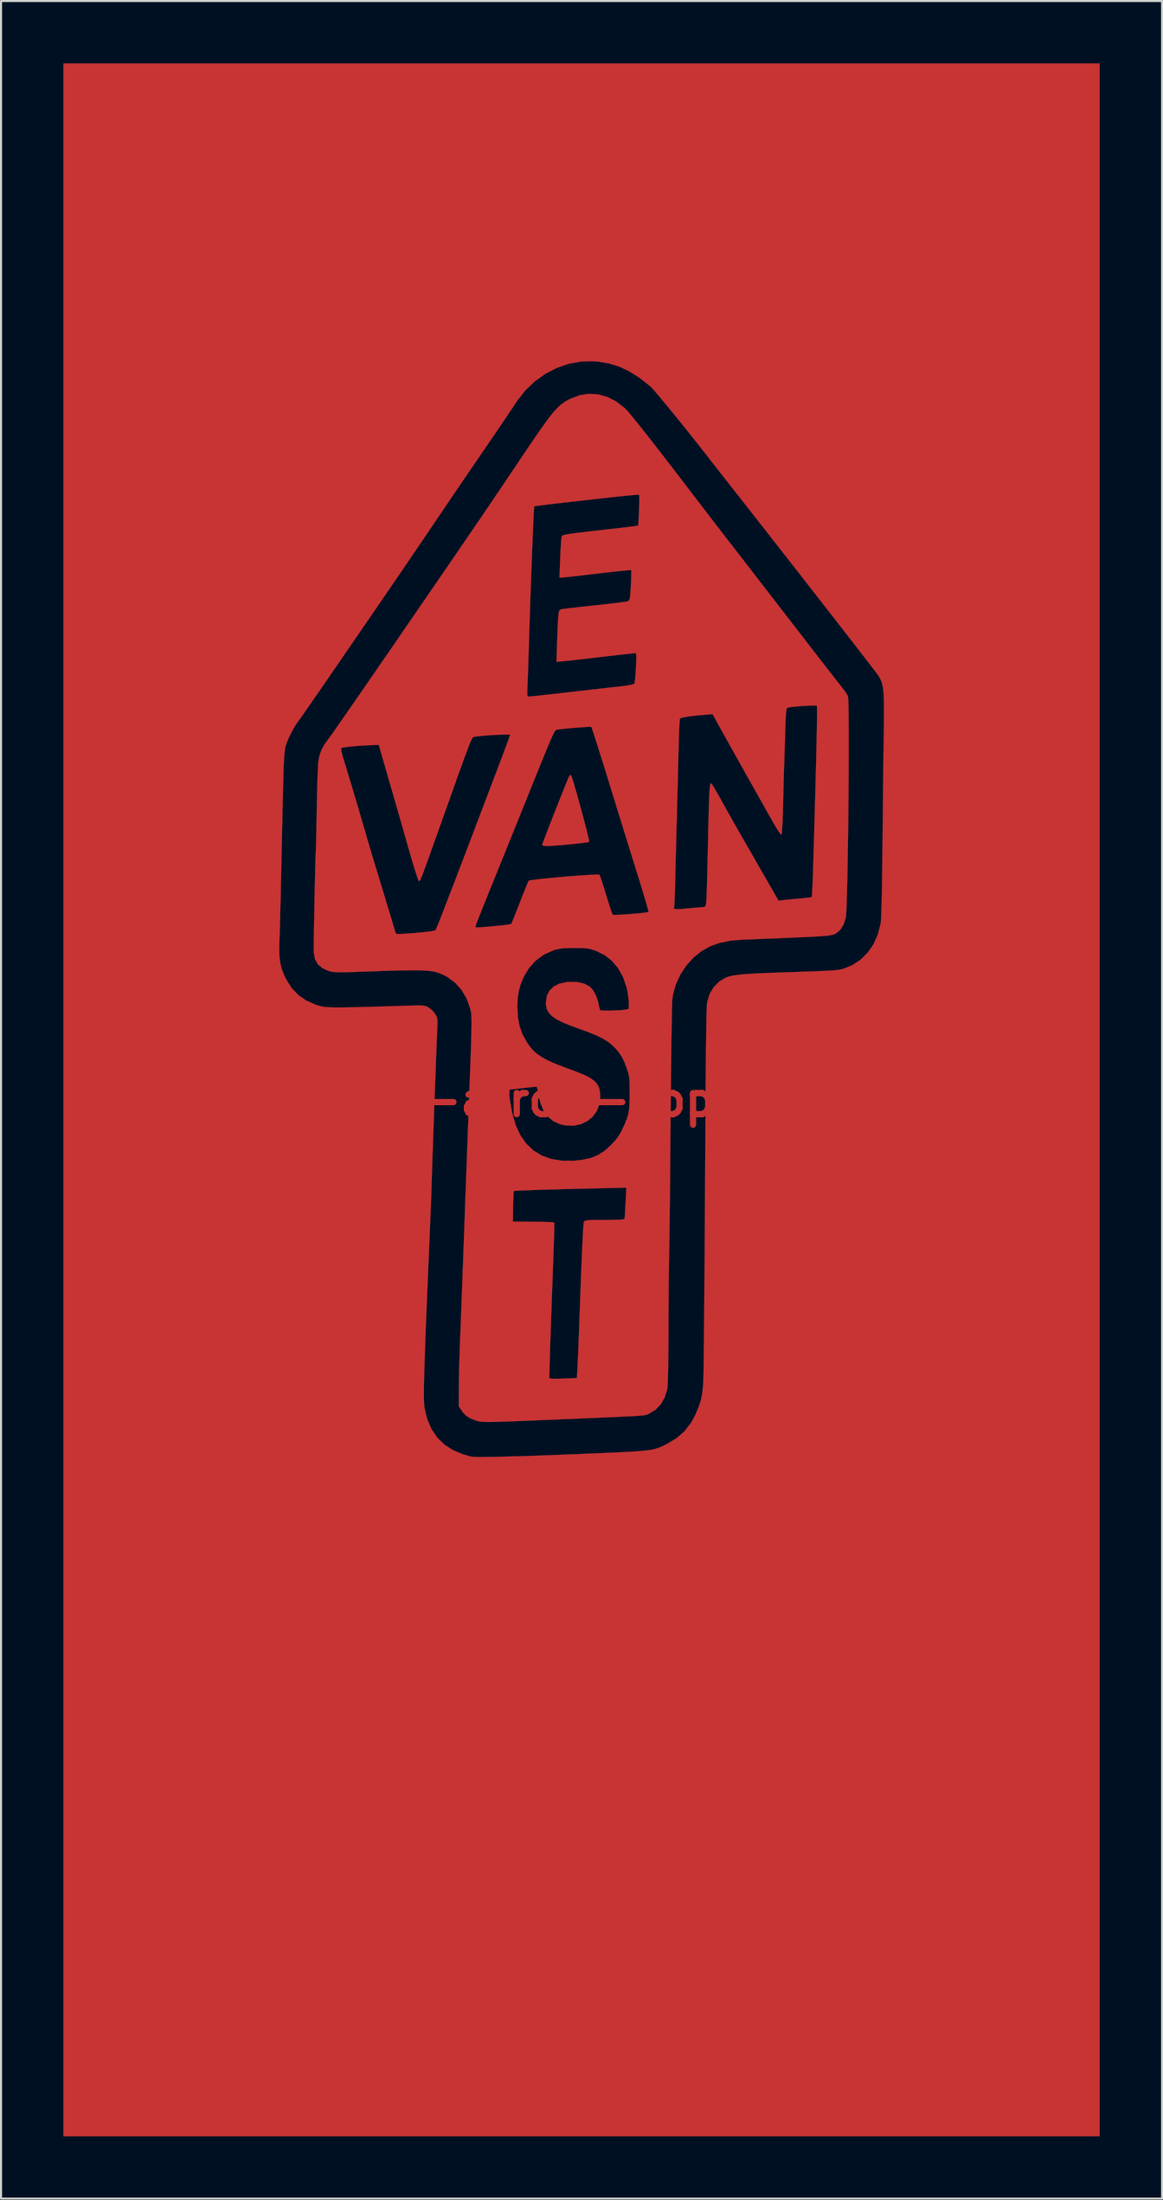
<source format=kicad_pcb>
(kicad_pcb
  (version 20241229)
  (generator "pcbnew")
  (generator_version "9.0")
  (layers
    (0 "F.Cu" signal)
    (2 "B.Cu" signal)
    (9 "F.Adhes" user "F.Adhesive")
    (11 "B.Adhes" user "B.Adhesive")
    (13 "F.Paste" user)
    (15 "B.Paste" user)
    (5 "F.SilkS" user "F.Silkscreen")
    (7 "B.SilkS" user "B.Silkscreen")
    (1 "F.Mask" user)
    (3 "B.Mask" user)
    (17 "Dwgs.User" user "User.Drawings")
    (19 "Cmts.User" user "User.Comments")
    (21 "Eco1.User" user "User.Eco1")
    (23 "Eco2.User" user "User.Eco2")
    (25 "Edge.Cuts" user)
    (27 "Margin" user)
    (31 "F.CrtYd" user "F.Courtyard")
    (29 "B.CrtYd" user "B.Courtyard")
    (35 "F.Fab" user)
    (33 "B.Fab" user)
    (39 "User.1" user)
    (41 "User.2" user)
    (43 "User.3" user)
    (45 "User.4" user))
  (footprint "east-van-arrow-copper-invert"
    (layer "F.Cu")
    (at 24.956 49.907)
    (property "Reference" "east-van-arrow-copper-invert" (at 0 0 0) (layer "F.Cu") (effects (font (size 1.524 1.524) (thickness 0.3))))
    (attr through_hole)
    (fp_poly (pts (xy -0.5 -15.615) (xy -0.468 -15.532) (xy -0.416 -15.371) (xy -0.349 -15.147) (xy -0.269 -14.872) (xy -0.182 -14.562) (xy -0.089 -14.23) (xy 0.003 -13.89) (xy 0.093 -13.555) (xy 0.177 -13.239) (xy 0.249 -12.956) (xy 0.308 -12.72) (xy 0.348 -12.545) (xy 0.367 -12.444) (xy 0.366 -12.425) (xy 0.305 -12.408) (xy 0.162 -12.385) (xy -0.043 -12.359) (xy -0.293 -12.331) (xy -0.569 -12.303) (xy -0.852 -12.277) (xy -1.125 -12.254) (xy -1.369 -12.237) (xy -1.566 -12.227) (xy -1.649 -12.226) (xy -1.8 -12.23) (xy -1.873 -12.249) (xy -1.888 -12.29) (xy -1.884 -12.313) (xy -1.856 -12.394) (xy -1.796 -12.554) (xy -1.71 -12.778) (xy -1.604 -13.054) (xy -1.483 -13.366) (xy -1.351 -13.701) (xy -1.216 -14.045) (xy -1.082 -14.384) (xy -0.955 -14.705) (xy -0.84 -14.992) (xy -0.743 -15.233) (xy -0.669 -15.413) (xy -0.624 -15.519) (xy -0.616 -15.534) (xy -0.557 -15.629) (xy -0.515 -15.637) (xy -0.5 -15.615)) (stroke (width 0.01) (type solid)) (fill yes) (layer "F.Cu"))
    (fp_poly (pts (xy 24.951 49.902) (xy -24.951 49.902) (xy -24.951 -7.241) (xy -14.56 -7.241) (xy -14.55 -6.9) (xy -14.516 -6.61) (xy -14.455 -6.348) (xy -14.362 -6.091) (xy -14.235 -5.817) (xy -13.971 -5.394) (xy -13.64 -5.044) (xy -13.243 -4.77) (xy -12.779 -4.569) (xy -12.575 -4.51) (xy -12.493 -4.492) (xy -12.4 -4.476) (xy -12.289 -4.464) (xy -12.151 -4.456) (xy -11.98 -4.45) (xy -11.768 -4.448) (xy -11.507 -4.449) (xy -11.191 -4.453) (xy -10.811 -4.461) (xy -10.36 -4.472) (xy -9.831 -4.487) (xy -9.216 -4.505) (xy -8.601 -4.524) (xy -8.251 -4.534) (xy -7.985 -4.541) (xy -7.79 -4.542) (xy -7.65 -4.536) (xy -7.551 -4.524) (xy -7.478 -4.504) (xy -7.416 -4.475) (xy -7.363 -4.443) (xy -7.215 -4.325) (xy -7.078 -4.174) (xy -7.052 -4.137) (xy -7 -4.054) (xy -6.966 -3.978) (xy -6.946 -3.888) (xy -6.94 -3.762) (xy -6.943 -3.58) (xy -6.955 -3.319) (xy -6.955 -3.308) (xy -6.964 -3.117) (xy -6.975 -2.847) (xy -6.988 -2.51) (xy -7.003 -2.114) (xy -7.02 -1.669) (xy -7.038 -1.185) (xy -7.057 -0.671) (xy -7.077 -0.139) (xy -7.096 0.404) (xy -7.116 0.946) (xy -7.135 1.479) (xy -7.153 1.991) (xy -7.17 2.475) (xy -7.185 2.919) (xy -7.198 3.314) (xy -7.209 3.65) (xy -7.217 3.918) (xy -7.223 4.107) (xy -7.225 4.208) (xy -7.225 4.217) (xy -7.227 4.288) (xy -7.232 4.447) (xy -7.241 4.683) (xy -7.253 4.983) (xy -7.268 5.336) (xy -7.284 5.731) (xy -7.302 6.155) (xy -7.303 6.188) (xy -7.349 7.264) (xy -7.39 8.245) (xy -7.427 9.135) (xy -7.46 9.94) (xy -7.489 10.664) (xy -7.514 11.311) (xy -7.535 11.887) (xy -7.553 12.395) (xy -7.568 12.84) (xy -7.579 13.228) (xy -7.587 13.563) (xy -7.592 13.848) (xy -7.594 14.09) (xy -7.594 14.293) (xy -7.591 14.46) (xy -7.585 14.598) (xy -7.578 14.711) (xy -7.568 14.802) (xy -7.561 14.846) (xy -7.431 15.383) (xy -7.226 15.857) (xy -6.948 16.266) (xy -6.599 16.606) (xy -6.182 16.875) (xy -5.739 17.057) (xy -5.553 17.115) (xy -5.388 17.161) (xy -5.29 17.185) (xy -5.189 17.194) (xy -4.998 17.198) (xy -4.726 17.198) (xy -4.381 17.194) (xy -3.974 17.187) (xy -3.512 17.176) (xy -3.006 17.163) (xy -2.465 17.146) (xy -1.897 17.126) (xy -1.313 17.104) (xy -0.998 17.092) (xy -0.236 17.061) (xy 0.433 17.033) (xy 1.017 17.009) (xy 1.522 16.986) (xy 1.955 16.966) (xy 2.323 16.946) (xy 2.633 16.927) (xy 2.893 16.906) (xy 3.109 16.885) (xy 3.287 16.861) (xy 3.436 16.835) (xy 3.562 16.805) (xy 3.672 16.771) (xy 3.773 16.732) (xy 3.872 16.688) (xy 3.976 16.637) (xy 4.092 16.579) (xy 4.133 16.559) (xy 4.585 16.288) (xy 4.962 15.955) (xy 5.272 15.551) (xy 5.455 15.22) (xy 5.624 14.837) (xy 5.741 14.491) (xy 5.815 14.143) (xy 5.855 13.752) (xy 5.863 13.615) (xy 5.868 13.458) (xy 5.874 13.21) (xy 5.879 12.87) (xy 5.885 12.437) (xy 5.891 11.911) (xy 5.897 11.292) (xy 5.904 10.578) (xy 5.911 9.77) (xy 5.918 8.866) (xy 5.925 7.866) (xy 5.932 6.769) (xy 5.94 5.575) (xy 5.948 4.283) (xy 5.956 2.893) (xy 5.964 1.404) (xy 5.967 0.873) (xy 5.972 -0.032) (xy 5.978 -0.866) (xy 5.985 -1.627) (xy 5.992 -2.312) (xy 5.999 -2.916) (xy 6.007 -3.438) (xy 6.015 -3.874) (xy 6.024 -4.222) (xy 6.033 -4.478) (xy 6.042 -4.639) (xy 6.048 -4.691) (xy 6.167 -5.09) (xy 6.363 -5.425) (xy 6.632 -5.694) (xy 6.91 -5.865) (xy 7.015 -5.91) (xy 7.137 -5.948) (xy 7.286 -5.981) (xy 7.472 -6.01) (xy 7.703 -6.035) (xy 7.99 -6.058) (xy 8.341 -6.079) (xy 8.765 -6.099) (xy 9.273 -6.119) (xy 9.756 -6.136) (xy 10.329 -6.156) (xy 10.812 -6.173) (xy 11.213 -6.188) (xy 11.542 -6.201) (xy 11.807 -6.213) (xy 12.017 -6.225) (xy 12.183 -6.238) (xy 12.312 -6.251) (xy 12.414 -6.265) (xy 12.498 -6.281) (xy 12.573 -6.3) (xy 12.625 -6.315) (xy 13.059 -6.494) (xy 13.447 -6.755) (xy 13.783 -7.089) (xy 14.057 -7.487) (xy 14.263 -7.938) (xy 14.393 -8.433) (xy 14.418 -8.599) (xy 14.427 -8.721) (xy 14.436 -8.934) (xy 14.446 -9.226) (xy 14.455 -9.588) (xy 14.465 -10.01) (xy 14.473 -10.482) (xy 14.481 -10.995) (xy 14.488 -11.538) (xy 14.494 -12.101) (xy 14.494 -12.151) (xy 14.5 -12.786) (xy 14.507 -13.457) (xy 14.514 -14.145) (xy 14.521 -14.834) (xy 14.529 -15.504) (xy 14.536 -16.137) (xy 14.543 -16.717) (xy 14.55 -17.223) (xy 14.553 -17.441) (xy 14.561 -18.013) (xy 14.566 -18.496) (xy 14.566 -18.898) (xy 14.561 -19.23) (xy 14.551 -19.501) (xy 14.534 -19.721) (xy 14.509 -19.899) (xy 14.475 -20.046) (xy 14.432 -20.171) (xy 14.379 -20.284) (xy 14.315 -20.395) (xy 14.283 -20.445) (xy 14.234 -20.512) (xy 14.128 -20.652) (xy 13.969 -20.86) (xy 13.761 -21.13) (xy 13.509 -21.457) (xy 13.217 -21.835) (xy 12.888 -22.258) (xy 12.528 -22.722) (xy 12.14 -23.221) (xy 11.728 -23.749) (xy 11.298 -24.301) (xy 10.854 -24.871) (xy 10.398 -25.454) (xy 9.937 -26.045) (xy 9.473 -26.638) (xy 9.012 -27.227) (xy 8.557 -27.808) (xy 8.113 -28.374) (xy 7.685 -28.92) (xy 7.397 -29.286) (xy 7.139 -29.615) (xy 6.89 -29.932) (xy 6.661 -30.224) (xy 6.459 -30.481) (xy 6.296 -30.69) (xy 6.179 -30.839) (xy 6.138 -30.893) (xy 5.86 -31.25) (xy 5.566 -31.624) (xy 5.261 -32.007) (xy 4.955 -32.39) (xy 4.653 -32.764) (xy 4.364 -33.12) (xy 4.095 -33.448) (xy 3.852 -33.74) (xy 3.644 -33.987) (xy 3.478 -34.179) (xy 3.361 -34.309) (xy 3.311 -34.357) (xy 2.802 -34.758) (xy 2.31 -35.071) (xy 1.822 -35.303) (xy 1.321 -35.459) (xy 0.794 -35.547) (xy 0.572 -35.565) (xy -0.032 -35.55) (xy -0.626 -35.441) (xy -1.2 -35.242) (xy -1.745 -34.96) (xy -2.249 -34.599) (xy -2.704 -34.165) (xy -3.1 -33.663) (xy -3.16 -33.572) (xy -3.253 -33.43) (xy -3.394 -33.218) (xy -3.575 -32.949) (xy -3.788 -32.634) (xy -4.023 -32.288) (xy -4.272 -31.921) (xy -4.525 -31.551) (xy -5.04 -30.798) (xy -5.511 -30.108) (xy -5.951 -29.463) (xy -6.372 -28.842) (xy -6.788 -28.229) (xy -7.212 -27.602) (xy -7.409 -27.309) (xy -7.61 -27.013) (xy -7.848 -26.662) (xy -8.119 -26.264) (xy -8.418 -25.824) (xy -8.741 -25.351) (xy -9.084 -24.849) (xy -9.442 -24.325) (xy -9.811 -23.787) (xy -10.186 -23.24) (xy -10.562 -22.691) (xy -10.936 -22.146) (xy -11.303 -21.612) (xy -11.658 -21.095) (xy -11.997 -20.602) (xy -12.316 -20.139) (xy -12.61 -19.713) (xy -12.874 -19.33) (xy -13.105 -18.997) (xy -13.297 -18.72) (xy -13.447 -18.505) (xy -13.549 -18.36) (xy -13.6 -18.29) (xy -13.602 -18.289) (xy -13.753 -18.076) (xy -13.913 -17.805) (xy -14.064 -17.512) (xy -14.185 -17.236) (xy -14.242 -17.071) (xy -14.262 -16.998) (xy -14.278 -16.915) (xy -14.294 -16.813) (xy -14.307 -16.685) (xy -14.32 -16.525) (xy -14.332 -16.324) (xy -14.343 -16.076) (xy -14.354 -15.774) (xy -14.365 -15.409) (xy -14.377 -14.976) (xy -14.389 -14.467) (xy -14.403 -13.874) (xy -14.418 -13.19) (xy -14.422 -12.999) (xy -14.439 -12.204) (xy -14.454 -11.501) (xy -14.468 -10.883) (xy -14.48 -10.341) (xy -14.49 -9.867) (xy -14.5 -9.455) (xy -14.509 -9.097) (xy -14.517 -8.784) (xy -14.524 -8.509) (xy -14.531 -8.265) (xy -14.538 -8.042) (xy -14.545 -7.835) (xy -14.552 -7.658) (xy -14.56 -7.241) (xy -24.951 -7.241) (xy -24.951 -49.902) (xy 24.951 -49.902) (xy 24.951 49.902)) (stroke (width 0.01) (type solid)) (fill yes) (layer "F.Cu"))
    (fp_poly (pts (xy 0.809 -33.965) (xy 1.246 -33.841) (xy 1.667 -33.624) (xy 2.066 -33.314) (xy 2.141 -33.243) (xy 2.23 -33.145) (xy 2.373 -32.976) (xy 2.564 -32.742) (xy 2.797 -32.453) (xy 3.066 -32.114) (xy 3.365 -31.735) (xy 3.687 -31.322) (xy 4.026 -30.884) (xy 4.377 -30.428) (xy 4.483 -30.29) (xy 4.833 -29.832) (xy 5.171 -29.391) (xy 5.491 -28.973) (xy 5.787 -28.587) (xy 6.053 -28.24) (xy 6.284 -27.939) (xy 6.473 -27.693) (xy 6.616 -27.508) (xy 6.705 -27.392) (xy 6.721 -27.371) (xy 6.787 -27.286) (xy 6.909 -27.129) (xy 7.082 -26.905) (xy 7.302 -26.622) (xy 7.562 -26.285) (xy 7.859 -25.901) (xy 8.187 -25.477) (xy 8.541 -25.018) (xy 8.917 -24.532) (xy 9.309 -24.024) (xy 9.576 -23.678) (xy 9.978 -23.158) (xy 10.368 -22.654) (xy 10.74 -22.172) (xy 11.091 -21.719) (xy 11.414 -21.302) (xy 11.705 -20.927) (xy 11.959 -20.601) (xy 12.17 -20.329) (xy 12.333 -20.12) (xy 12.444 -19.979) (xy 12.485 -19.928) (xy 12.62 -19.752) (xy 12.735 -19.59) (xy 12.81 -19.467) (xy 12.826 -19.434) (xy 12.837 -19.354) (xy 12.846 -19.181) (xy 12.854 -18.926) (xy 12.859 -18.595) (xy 12.863 -18.197) (xy 12.865 -17.74) (xy 12.866 -17.232) (xy 12.866 -16.682) (xy 12.864 -16.098) (xy 12.86 -15.487) (xy 12.856 -14.858) (xy 12.85 -14.22) (xy 12.843 -13.58) (xy 12.836 -12.946) (xy 12.827 -12.327) (xy 12.818 -11.731) (xy 12.807 -11.166) (xy 12.797 -10.64) (xy 12.785 -10.162) (xy 12.773 -9.739) (xy 12.761 -9.38) (xy 12.749 -9.093) (xy 12.736 -8.886) (xy 12.723 -8.767) (xy 12.721 -8.758) (xy 12.61 -8.425) (xy 12.45 -8.173) (xy 12.242 -8.007) (xy 12.214 -7.992) (xy 12.149 -7.965) (xy 12.072 -7.942) (xy 11.971 -7.922) (xy 11.837 -7.905) (xy 11.657 -7.888) (xy 11.423 -7.872) (xy 11.123 -7.856) (xy 10.745 -7.838) (xy 10.281 -7.817) (xy 10.205 -7.814) (xy 9.757 -7.794) (xy 9.311 -7.776) (xy 8.885 -7.758) (xy 8.495 -7.742) (xy 8.158 -7.729) (xy 7.893 -7.719) (xy 7.76 -7.714) (xy 7.165 -7.665) (xy 6.641 -7.558) (xy 6.178 -7.388) (xy 5.762 -7.151) (xy 5.4 -6.861) (xy 5.052 -6.479) (xy 4.762 -6.042) (xy 4.543 -5.57) (xy 4.406 -5.086) (xy 4.373 -4.862) (xy 4.366 -4.755) (xy 4.359 -4.575) (xy 4.352 -4.318) (xy 4.345 -3.984) (xy 4.337 -3.57) (xy 4.33 -3.073) (xy 4.322 -2.492) (xy 4.314 -1.824) (xy 4.306 -1.068) (xy 4.297 -0.222) (xy 4.288 0.717) (xy 4.279 1.751) (xy 4.27 2.882) (xy 4.266 3.368) (xy 4.261 3.962) (xy 4.256 4.544) (xy 4.25 5.106) (xy 4.244 5.635) (xy 4.238 6.121) (xy 4.232 6.554) (xy 4.227 6.921) (xy 4.222 7.214) (xy 4.217 7.421) (xy 4.216 7.46) (xy 4.211 7.656) (xy 4.207 7.939) (xy 4.202 8.296) (xy 4.198 8.716) (xy 4.194 9.185) (xy 4.191 9.691) (xy 4.188 10.221) (xy 4.186 10.763) (xy 4.186 10.953) (xy 4.183 11.534) (xy 4.179 12.07) (xy 4.174 12.554) (xy 4.167 12.978) (xy 4.159 13.334) (xy 4.15 13.615) (xy 4.14 13.812) (xy 4.13 13.918) (xy 4.129 13.923) (xy 4 14.332) (xy 3.812 14.664) (xy 3.56 14.924) (xy 3.242 15.115) (xy 3.23 15.12) (xy 3.196 15.136) (xy 3.165 15.15) (xy 3.131 15.162) (xy 3.088 15.173) (xy 3.031 15.184) (xy 2.952 15.194) (xy 2.846 15.205) (xy 2.708 15.215) (xy 2.531 15.226) (xy 2.309 15.239) (xy 2.036 15.252) (xy 1.706 15.268) (xy 1.313 15.285) (xy 0.851 15.305) (xy 0.315 15.327) (xy -0.303 15.353) (xy -1.007 15.382) (xy -1.804 15.415) (xy -1.921 15.42) (xy -2.529 15.445) (xy -3.045 15.466) (xy -3.479 15.483) (xy -3.838 15.496) (xy -4.131 15.505) (xy -4.366 15.509) (xy -4.553 15.51) (xy -4.698 15.507) (xy -4.811 15.5) (xy -4.901 15.489) (xy -4.975 15.473) (xy -5.042 15.454) (xy -5.11 15.431) (xy -5.121 15.428) (xy -5.375 15.325) (xy -5.559 15.21) (xy -5.705 15.059) (xy -5.776 14.96) (xy -5.913 14.752) (xy -5.907 13.776) (xy -5.903 13.44) (xy -5.895 13.033) (xy -5.883 12.584) (xy -5.869 12.121) (xy -5.853 11.675) (xy -5.844 11.452) (xy -5.833 11.186) (xy -5.819 10.83) (xy -5.802 10.397) (xy -5.783 9.896) (xy -5.762 9.34) (xy -5.739 8.738) (xy -5.715 8.102) (xy -5.691 7.443) (xy -5.666 6.772) (xy -5.642 6.099) (xy -5.638 5.988) (xy -5.633 5.863) (xy -3.309 5.863) (xy -2.324 5.871) (xy -2.021 5.875) (xy -1.754 5.88) (xy -1.538 5.886) (xy -1.388 5.893) (xy -1.32 5.9) (xy -1.318 5.901) (xy -1.314 5.955) (xy -1.314 6.095) (xy -1.318 6.308) (xy -1.325 6.581) (xy -1.335 6.901) (xy -1.347 7.24) (xy -1.383 8.206) (xy -1.416 9.097) (xy -1.446 9.913) (xy -1.472 10.649) (xy -1.495 11.305) (xy -1.514 11.877) (xy -1.529 12.362) (xy -1.541 12.758) (xy -1.548 13.063) (xy -1.552 13.274) (xy -1.551 13.388) (xy -1.551 13.399) (xy -1.5 13.419) (xy -1.356 13.43) (xy -1.125 13.43) (xy -0.886 13.424) (xy -0.225 13.399) (xy -0.192 12.85) (xy -0.184 12.701) (xy -0.174 12.464) (xy -0.16 12.148) (xy -0.145 11.763) (xy -0.128 11.321) (xy -0.109 10.831) (xy -0.089 10.304) (xy -0.069 9.751) (xy -0.049 9.182) (xy -0.048 9.157) (xy -0.028 8.603) (xy -0.007 8.077) (xy 0.013 7.587) (xy 0.032 7.143) (xy 0.05 6.752) (xy 0.067 6.424) (xy 0.082 6.168) (xy 0.094 5.993) (xy 0.104 5.906) (xy 0.105 5.901) (xy 0.124 5.86) (xy 0.154 5.831) (xy 0.21 5.811) (xy 0.306 5.798) (xy 0.458 5.79) (xy 0.68 5.787) (xy 0.986 5.785) (xy 1.009 5.785) (xy 1.368 5.782) (xy 1.638 5.778) (xy 1.832 5.771) (xy 1.962 5.761) (xy 2.037 5.747) (xy 2.07 5.73) (xy 2.078 5.677) (xy 2.089 5.542) (xy 2.102 5.343) (xy 2.115 5.098) (xy 2.122 4.97) (xy 2.159 4.227) (xy 0.568 4.263) (xy -0.199 4.282) (xy -0.886 4.299) (xy -1.492 4.316) (xy -2.013 4.332) (xy -2.447 4.346) (xy -2.791 4.36) (xy -3.044 4.372) (xy -3.201 4.383) (xy -3.262 4.393) (xy -3.262 4.393) (xy -3.271 4.449) (xy -3.281 4.587) (xy -3.289 4.787) (xy -3.296 5.032) (xy -3.298 5.141) (xy -3.309 5.863) (xy -5.633 5.863) (xy -5.613 5.295) (xy -5.587 4.587) (xy -5.561 3.875) (xy -5.535 3.174) (xy -5.51 2.495) (xy -5.486 1.852) (xy -5.464 1.257) (xy -5.444 0.724) (xy -5.427 0.265) (xy -5.413 -0.1) (xy -5.405 -0.318) (xy -3.483 -0.318) (xy -3.468 -0.104) (xy -3.426 0.181) (xy -3.361 0.529) (xy -3.336 0.649) (xy -3.174 1.214) (xy -2.951 1.7) (xy -2.667 2.108) (xy -2.323 2.435) (xy -1.921 2.682) (xy -1.462 2.849) (xy -0.945 2.933) (xy -0.374 2.935) (xy 0.01 2.894) (xy 0.434 2.804) (xy 0.797 2.657) (xy 1.129 2.44) (xy 1.399 2.197) (xy 1.622 1.96) (xy 1.788 1.743) (xy 1.922 1.512) (xy 1.959 1.435) (xy 2.089 1.152) (xy 2.184 0.913) (xy 2.249 0.69) (xy 2.289 0.46) (xy 2.311 0.194) (xy 2.319 -0.132) (xy 2.319 -0.324) (xy 2.317 -0.632) (xy 2.312 -0.863) (xy 2.299 -1.039) (xy 2.278 -1.184) (xy 2.244 -1.32) (xy 2.196 -1.47) (xy 2.178 -1.522) (xy 2.059 -1.833) (xy 1.936 -2.079) (xy 1.792 -2.293) (xy 1.65 -2.462) (xy 1.475 -2.638) (xy 1.279 -2.795) (xy 1.047 -2.939) (xy 0.766 -3.081) (xy 0.42 -3.226) (xy -0.005 -3.384) (xy -0.122 -3.425) (xy -0.577 -3.592) (xy -0.941 -3.745) (xy -1.225 -3.893) (xy -1.435 -4.041) (xy -1.581 -4.197) (xy -1.67 -4.366) (xy -1.711 -4.555) (xy -1.716 -4.686) (xy -1.67 -5.001) (xy -1.543 -5.26) (xy -1.337 -5.459) (xy -1.055 -5.597) (xy -0.701 -5.671) (xy -0.613 -5.678) (xy -0.216 -5.672) (xy 0.12 -5.597) (xy 0.388 -5.457) (xy 0.393 -5.453) (xy 0.54 -5.294) (xy 0.673 -5.067) (xy 0.776 -4.802) (xy 0.825 -4.591) (xy 0.854 -4.444) (xy 0.888 -4.338) (xy 0.9 -4.316) (xy 0.962 -4.301) (xy 1.099 -4.293) (xy 1.29 -4.293) (xy 1.511 -4.298) (xy 1.739 -4.309) (xy 1.95 -4.323) (xy 2.122 -4.341) (xy 2.231 -4.362) (xy 2.251 -4.37) (xy 2.275 -4.436) (xy 2.282 -4.577) (xy 2.271 -4.772) (xy 2.247 -4.997) (xy 2.21 -5.23) (xy 2.165 -5.436) (xy 2 -5.914) (xy 1.765 -6.335) (xy 1.467 -6.689) (xy 1.113 -6.97) (xy 0.717 -7.166) (xy 0.547 -7.226) (xy 0.402 -7.266) (xy 0.255 -7.291) (xy 0.079 -7.305) (xy -0.152 -7.31) (xy -0.349 -7.311) (xy -0.646 -7.308) (xy -0.87 -7.298) (xy -1.046 -7.278) (xy -1.203 -7.245) (xy -1.366 -7.196) (xy -1.368 -7.195) (xy -1.811 -6.996) (xy -2.197 -6.715) (xy -2.522 -6.359) (xy -2.761 -5.969) (xy -2.923 -5.596) (xy -3.027 -5.236) (xy -3.081 -4.852) (xy -3.093 -4.484) (xy -3.068 -3.987) (xy -2.989 -3.553) (xy -2.848 -3.158) (xy -2.638 -2.776) (xy -2.493 -2.567) (xy -2.337 -2.382) (xy -2.148 -2.214) (xy -1.916 -2.055) (xy -1.629 -1.899) (xy -1.273 -1.74) (xy -0.839 -1.57) (xy -0.57 -1.472) (xy -0.146 -1.314) (xy 0.19 -1.171) (xy 0.448 -1.032) (xy 0.637 -0.889) (xy 0.767 -0.734) (xy 0.848 -0.558) (xy 0.888 -0.352) (xy 0.898 -0.134) (xy 0.853 0.229) (xy 0.727 0.548) (xy 0.529 0.817) (xy 0.27 1.027) (xy -0.037 1.171) (xy -0.383 1.242) (xy -0.756 1.233) (xy -1.031 1.173) (xy -1.358 1.028) (xy -1.626 0.804) (xy -1.836 0.501) (xy -1.989 0.116) (xy -2.065 -0.213) (xy -2.099 -0.399) (xy -2.13 -0.542) (xy -2.151 -0.618) (xy -2.154 -0.624) (xy -2.21 -0.627) (xy -2.344 -0.618) (xy -2.537 -0.6) (xy -2.768 -0.573) (xy -2.771 -0.573) (xy -3.009 -0.544) (xy -3.214 -0.52) (xy -3.364 -0.505) (xy -3.436 -0.499) (xy -3.473 -0.452) (xy -3.483 -0.318) (xy -5.405 -0.318) (xy -5.386 -0.819) (xy -5.362 -1.445) (xy -5.342 -1.987) (xy -5.326 -2.449) (xy -5.313 -2.841) (xy -5.304 -3.169) (xy -5.299 -3.439) (xy -5.296 -3.66) (xy -5.297 -3.839) (xy -5.301 -3.982) (xy -5.308 -4.096) (xy -5.318 -4.19) (xy -5.331 -4.27) (xy -5.347 -4.342) (xy -5.359 -4.391) (xy -5.526 -4.864) (xy -5.767 -5.279) (xy -6.077 -5.63) (xy -6.449 -5.907) (xy -6.562 -5.97) (xy -6.698 -6.037) (xy -6.831 -6.094) (xy -6.97 -6.141) (xy -7.123 -6.178) (xy -7.299 -6.206) (xy -7.508 -6.225) (xy -7.759 -6.237) (xy -8.061 -6.241) (xy -8.423 -6.238) (xy -8.853 -6.229) (xy -9.361 -6.214) (xy -9.957 -6.193) (xy -10.231 -6.183) (xy -10.688 -6.167) (xy -11.057 -6.154) (xy -11.35 -6.147) (xy -11.578 -6.144) (xy -11.753 -6.145) (xy -11.888 -6.152) (xy -11.992 -6.163) (xy -12.08 -6.18) (xy -12.161 -6.202) (xy -12.183 -6.209) (xy -12.483 -6.343) (xy -12.699 -6.53) (xy -12.835 -6.775) (xy -12.894 -7.082) (xy -12.896 -7.161) (xy -12.896 -7.311) (xy -12.894 -7.54) (xy -12.891 -7.835) (xy -12.885 -8.183) (xy -12.879 -8.573) (xy -12.871 -8.989) (xy -12.862 -9.421) (xy -12.854 -9.855) (xy -12.844 -10.279) (xy -12.835 -10.679) (xy -12.827 -11.043) (xy -12.818 -11.357) (xy -12.811 -11.61) (xy -12.805 -11.788) (xy -12.8 -11.877) (xy -12.795 -11.977) (xy -12.788 -12.164) (xy -12.781 -12.426) (xy -12.773 -12.75) (xy -12.765 -13.123) (xy -12.757 -13.533) (xy -12.75 -13.967) (xy -12.749 -13.997) (xy -12.741 -14.441) (xy -12.731 -14.869) (xy -12.72 -15.267) (xy -12.709 -15.621) (xy -12.697 -15.917) (xy -12.685 -16.141) (xy -12.674 -16.279) (xy -12.621 -16.573) (xy -12.528 -16.838) (xy -12.51 -16.871) (xy -11.58 -16.871) (xy -11.554 -16.736) (xy -11.506 -16.549) (xy -11.452 -16.368) (xy -11.37 -16.102) (xy -11.265 -15.758) (xy -11.143 -15.354) (xy -11.009 -14.908) (xy -10.869 -14.437) (xy -10.728 -13.959) (xy -10.591 -13.492) (xy -10.463 -13.054) (xy -10.404 -12.85) (xy -10.306 -12.512) (xy -10.19 -12.119) (xy -10.068 -11.711) (xy -9.953 -11.328) (xy -9.907 -11.178) (xy -9.814 -10.871) (xy -9.709 -10.529) (xy -9.598 -10.164) (xy -9.485 -9.79) (xy -9.373 -9.421) (xy -9.266 -9.069) (xy -9.169 -8.747) (xy -9.085 -8.469) (xy -9.019 -8.249) (xy -8.973 -8.098) (xy -8.954 -8.034) (xy -8.938 -8.008) (xy -8.897 -7.991) (xy -8.817 -7.984) (xy -8.686 -7.986) (xy -8.49 -7.997) (xy -8.216 -8.017) (xy -8.012 -8.034) (xy -7.717 -8.061) (xy -7.457 -8.089) (xy -7.246 -8.116) (xy -7.103 -8.14) (xy -7.043 -8.159) (xy -7.009 -8.222) (xy -6.958 -8.335) (xy -5.108 -8.335) (xy -5.107 -8.32) (xy -5.102 -8.313) (xy -5.077 -8.304) (xy -5.018 -8.301) (xy -4.913 -8.304) (xy -4.751 -8.316) (xy -4.521 -8.335) (xy -4.211 -8.364) (xy -3.942 -8.389) (xy -3.723 -8.413) (xy -3.543 -8.438) (xy -3.423 -8.461) (xy -3.386 -8.474) (xy -3.359 -8.529) (xy -3.302 -8.663) (xy -3.221 -8.862) (xy -3.122 -9.112) (xy -3.01 -9.398) (xy -2.968 -9.506) (xy -2.852 -9.803) (xy -2.746 -10.07) (xy -2.656 -10.291) (xy -2.588 -10.452) (xy -2.548 -10.539) (xy -2.541 -10.55) (xy -2.481 -10.567) (xy -2.336 -10.589) (xy -2.12 -10.616) (xy -1.848 -10.645) (xy -1.534 -10.677) (xy -1.191 -10.709) (xy -0.834 -10.74) (xy -0.478 -10.77) (xy -0.136 -10.796) (xy 0.177 -10.818) (xy 0.447 -10.835) (xy 0.66 -10.844) (xy 0.802 -10.846) (xy 0.857 -10.84) (xy 0.885 -10.779) (xy 0.936 -10.639) (xy 1.004 -10.435) (xy 1.085 -10.181) (xy 1.173 -9.894) (xy 1.179 -9.876) (xy 1.267 -9.587) (xy 1.348 -9.332) (xy 1.417 -9.124) (xy 1.468 -8.98) (xy 1.497 -8.915) (xy 1.497 -8.913) (xy 1.557 -8.905) (xy 1.695 -8.906) (xy 1.892 -8.914) (xy 2.128 -8.929) (xy 2.382 -8.948) (xy 2.635 -8.969) (xy 2.867 -8.992) (xy 3.056 -9.014) (xy 3.183 -9.035) (xy 3.227 -9.049) (xy 3.219 -9.101) (xy 3.187 -9.22) (xy 4.447 -9.22) (xy 4.492 -9.19) (xy 4.603 -9.179) (xy 4.791 -9.186) (xy 5.066 -9.21) (xy 5.099 -9.213) (xy 5.349 -9.237) (xy 5.574 -9.258) (xy 5.748 -9.272) (xy 5.847 -9.278) (xy 5.926 -9.289) (xy 5.97 -9.332) (xy 5.995 -9.432) (xy 6.008 -9.544) (xy 6.015 -9.646) (xy 6.023 -9.836) (xy 6.033 -10.105) (xy 6.043 -10.44) (xy 6.054 -10.832) (xy 6.065 -11.268) (xy 6.076 -11.739) (xy 6.087 -12.233) (xy 6.088 -12.251) (xy 6.101 -12.888) (xy 6.114 -13.431) (xy 6.126 -13.889) (xy 6.138 -14.266) (xy 6.149 -14.57) (xy 6.161 -14.808) (xy 6.174 -14.986) (xy 6.188 -15.111) (xy 6.204 -15.19) (xy 6.221 -15.229) (xy 6.24 -15.234) (xy 6.252 -15.226) (xy 6.287 -15.183) (xy 6.338 -15.105) (xy 6.413 -14.981) (xy 6.516 -14.801) (xy 6.655 -14.555) (xy 6.834 -14.231) (xy 6.839 -14.222) (xy 6.941 -14.04) (xy 7.054 -13.838) (xy 7.183 -13.609) (xy 7.333 -13.344) (xy 7.508 -13.036) (xy 7.714 -12.676) (xy 7.954 -12.257) (xy 8.233 -11.771) (xy 8.556 -11.208) (xy 8.679 -10.994) (xy 9.487 -9.588) (xy 9.646 -9.609) (xy 9.758 -9.621) (xy 9.943 -9.639) (xy 10.175 -9.661) (xy 10.428 -9.684) (xy 10.668 -9.706) (xy 10.869 -9.728) (xy 11.014 -9.745) (xy 11.081 -9.757) (xy 11.082 -9.758) (xy 11.092 -9.811) (xy 11.104 -9.95) (xy 11.117 -10.161) (xy 11.129 -10.428) (xy 11.141 -10.739) (xy 11.148 -10.939) (xy 11.181 -12.073) (xy 11.211 -13.11) (xy 11.237 -14.053) (xy 11.261 -14.904) (xy 11.281 -15.665) (xy 11.299 -16.341) (xy 11.313 -16.933) (xy 11.325 -17.443) (xy 11.333 -17.876) (xy 11.339 -18.233) (xy 11.342 -18.517) (xy 11.343 -18.731) (xy 11.341 -18.877) (xy 11.336 -18.959) (xy 11.332 -18.979) (xy 11.271 -18.988) (xy 11.134 -18.989) (xy 10.942 -18.982) (xy 10.718 -18.97) (xy 10.484 -18.953) (xy 10.263 -18.933) (xy 10.077 -18.912) (xy 9.948 -18.89) (xy 9.923 -18.884) (xy 9.895 -18.865) (xy 9.873 -18.818) (xy 9.856 -18.73) (xy 9.842 -18.589) (xy 9.83 -18.383) (xy 9.819 -18.1) (xy 9.81 -17.826) (xy 9.799 -17.46) (xy 9.787 -17.076) (xy 9.775 -16.706) (xy 9.764 -16.378) (xy 9.756 -16.143) (xy 9.748 -15.908) (xy 9.739 -15.595) (xy 9.729 -15.229) (xy 9.718 -14.832) (xy 9.708 -14.427) (xy 9.702 -14.172) (xy 9.692 -13.816) (xy 9.68 -13.491) (xy 9.668 -13.211) (xy 9.655 -12.99) (xy 9.643 -12.842) (xy 9.633 -12.781) (xy 9.594 -12.791) (xy 9.514 -12.889) (xy 9.393 -13.077) (xy 9.245 -13.33) (xy 9.074 -13.632) (xy 8.874 -13.988) (xy 8.65 -14.385) (xy 8.409 -14.813) (xy 8.158 -15.26) (xy 7.903 -15.713) (xy 7.651 -16.163) (xy 7.408 -16.597) (xy 7.181 -17.004) (xy 6.975 -17.372) (xy 6.798 -17.69) (xy 6.655 -17.946) (xy 6.554 -18.129) (xy 6.54 -18.155) (xy 6.313 -18.571) (xy 5.913 -18.539) (xy 5.537 -18.506) (xy 5.222 -18.47) (xy 4.977 -18.432) (xy 4.813 -18.394) (xy 4.737 -18.358) (xy 4.736 -18.356) (xy 4.726 -18.294) (xy 4.715 -18.145) (xy 4.703 -17.922) (xy 4.691 -17.641) (xy 4.68 -17.313) (xy 4.671 -16.952) (xy 4.67 -16.923) (xy 4.661 -16.516) (xy 4.649 -16.036) (xy 4.636 -15.51) (xy 4.622 -14.963) (xy 4.608 -14.422) (xy 4.595 -13.914) (xy 4.591 -13.773) (xy 4.578 -13.282) (xy 4.564 -12.752) (xy 4.55 -12.21) (xy 4.537 -11.681) (xy 4.524 -11.192) (xy 4.514 -10.769) (xy 4.511 -10.654) (xy 4.502 -10.297) (xy 4.492 -9.972) (xy 4.482 -9.694) (xy 4.473 -9.475) (xy 4.464 -9.329) (xy 4.457 -9.269) (xy 4.457 -9.269) (xy 4.447 -9.22) (xy 3.187 -9.22) (xy 3.183 -9.237) (xy 3.123 -9.448) (xy 3.042 -9.723) (xy 2.943 -10.052) (xy 2.83 -10.424) (xy 2.704 -10.829) (xy 2.67 -10.937) (xy 2.513 -11.442) (xy 2.34 -11.997) (xy 2.16 -12.576) (xy 1.981 -13.153) (xy 1.811 -13.7) (xy 1.659 -14.193) (xy 1.589 -14.422) (xy 1.4 -15.035) (xy 1.223 -15.608) (xy 1.06 -16.134) (xy 0.912 -16.605) (xy 0.783 -17.017) (xy 0.673 -17.362) (xy 0.585 -17.635) (xy 0.521 -17.828) (xy 0.483 -17.936) (xy 0.473 -17.957) (xy 0.418 -17.961) (xy 0.284 -17.956) (xy 0.091 -17.945) (xy -0.141 -17.928) (xy -0.391 -17.908) (xy -0.641 -17.886) (xy -0.868 -17.864) (xy -1.054 -17.843) (xy -1.178 -17.826) (xy -1.215 -17.817) (xy -1.239 -17.804) (xy -1.266 -17.775) (xy -1.3 -17.726) (xy -1.342 -17.648) (xy -1.396 -17.536) (xy -1.465 -17.383) (xy -1.552 -17.183) (xy -1.658 -16.929) (xy -1.788 -16.615) (xy -1.944 -16.234) (xy -2.128 -15.779) (xy -2.344 -15.244) (xy -2.585 -14.646) (xy -2.778 -14.166) (xy -2.998 -13.621) (xy -3.234 -13.036) (xy -3.475 -12.439) (xy -3.711 -11.856) (xy -3.93 -11.313) (xy -4.045 -11.028) (xy -4.274 -10.463) (xy -4.469 -9.982) (xy -4.631 -9.58) (xy -4.764 -9.25) (xy -4.87 -8.983) (xy -4.953 -8.774) (xy -5.015 -8.614) (xy -5.059 -8.498) (xy -5.087 -8.417) (xy -5.103 -8.365) (xy -5.108 -8.335) (xy -6.958 -8.335) (xy -6.947 -8.359) (xy -6.866 -8.554) (xy -6.773 -8.788) (xy -6.737 -8.883) (xy -6.621 -9.184) (xy -6.484 -9.539) (xy -6.342 -9.908) (xy -6.209 -10.251) (xy -6.179 -10.33) (xy -6.086 -10.57) (xy -5.965 -10.886) (xy -5.823 -11.258) (xy -5.667 -11.667) (xy -5.504 -12.096) (xy -5.341 -12.526) (xy -5.265 -12.725) (xy -5.097 -13.168) (xy -4.919 -13.637) (xy -4.74 -14.11) (xy -4.567 -14.563) (xy -4.411 -14.975) (xy -4.278 -15.324) (xy -4.241 -15.42) (xy -4.029 -15.978) (xy -3.848 -16.457) (xy -3.699 -16.854) (xy -3.584 -17.167) (xy -3.502 -17.393) (xy -3.455 -17.53) (xy -3.444 -17.575) (xy -3.49 -17.585) (xy -3.617 -17.589) (xy -3.804 -17.585) (xy -4.033 -17.577) (xy -4.285 -17.564) (xy -4.541 -17.547) (xy -4.78 -17.528) (xy -4.985 -17.508) (xy -5.135 -17.487) (xy -5.147 -17.485) (xy -5.173 -17.48) (xy -5.197 -17.474) (xy -5.221 -17.46) (xy -5.248 -17.431) (xy -5.278 -17.383) (xy -5.316 -17.308) (xy -5.363 -17.202) (xy -5.422 -17.057) (xy -5.495 -16.868) (xy -5.584 -16.63) (xy -5.692 -16.335) (xy -5.821 -15.979) (xy -5.973 -15.554) (xy -6.151 -15.055) (xy -6.357 -14.476) (xy -6.594 -13.812) (xy -6.679 -13.573) (xy -6.896 -12.963) (xy -7.082 -12.44) (xy -7.241 -11.997) (xy -7.373 -11.629) (xy -7.482 -11.327) (xy -7.571 -11.086) (xy -7.641 -10.899) (xy -7.696 -10.759) (xy -7.738 -10.659) (xy -7.769 -10.593) (xy -7.792 -10.554) (xy -7.809 -10.535) (xy -7.824 -10.529) (xy -7.827 -10.529) (xy -7.855 -10.577) (xy -7.907 -10.715) (xy -7.981 -10.938) (xy -8.075 -11.242) (xy -8.189 -11.62) (xy -8.319 -12.066) (xy -8.456 -12.55) (xy -8.498 -12.696) (xy -8.563 -12.925) (xy -8.649 -13.224) (xy -8.751 -13.58) (xy -8.866 -13.98) (xy -8.991 -14.412) (xy -9.12 -14.862) (xy -9.173 -15.045) (xy -9.764 -17.091) (xy -10.184 -17.077) (xy -10.471 -17.063) (xy -10.759 -17.044) (xy -11.03 -17.02) (xy -11.266 -16.994) (xy -11.448 -16.968) (xy -11.557 -16.943) (xy -11.579 -16.932) (xy -11.58 -16.871) (xy -12.51 -16.871) (xy -12.383 -17.103) (xy -12.171 -17.397) (xy -12.157 -17.416) (xy -12.101 -17.492) (xy -11.992 -17.645) (xy -11.835 -17.87) (xy -11.632 -18.16) (xy -11.388 -18.511) (xy -11.107 -18.917) (xy -10.792 -19.373) (xy -10.667 -19.553) (xy -2.617 -19.553) (xy -2.603 -19.444) (xy -2.571 -19.412) (xy -2.504 -19.417) (xy -2.355 -19.432) (xy -2.141 -19.454) (xy -1.881 -19.483) (xy -1.642 -19.509) (xy -1.309 -19.546) (xy -0.911 -19.591) (xy -0.482 -19.64) (xy -0.054 -19.688) (xy 0.324 -19.732) (xy 0.686 -19.773) (xy 1.053 -19.814) (xy 1.399 -19.854) (xy 1.7 -19.888) (xy 1.931 -19.914) (xy 1.96 -19.918) (xy 2.183 -19.947) (xy 2.37 -19.98) (xy 2.497 -20.011) (xy 2.541 -20.032) (xy 2.559 -20.099) (xy 2.578 -20.246) (xy 2.598 -20.454) (xy 2.615 -20.703) (xy 2.62 -20.797) (xy 2.633 -21.078) (xy 2.639 -21.275) (xy 2.636 -21.402) (xy 2.623 -21.473) (xy 2.601 -21.503) (xy 2.578 -21.508) (xy 2.512 -21.503) (xy 2.368 -21.489) (xy 2.143 -21.464) (xy 1.835 -21.43) (xy 1.44 -21.384) (xy 0.953 -21.328) (xy 0.372 -21.259) (xy 0.15 -21.233) (xy -0.136 -21.2) (xy -0.422 -21.169) (xy -0.674 -21.142) (xy -0.861 -21.124) (xy -0.866 -21.123) (xy -1.208 -21.093) (xy -1.176 -22.036) (xy -1.165 -22.358) (xy -1.152 -22.668) (xy -1.139 -22.944) (xy -1.127 -23.163) (xy -1.118 -23.288) (xy -1.099 -23.459) (xy -1.074 -23.555) (xy -1.029 -23.602) (xy -0.957 -23.624) (xy -0.874 -23.636) (xy -0.706 -23.657) (xy -0.466 -23.685) (xy -0.168 -23.718) (xy 0.174 -23.756) (xy 0.547 -23.796) (xy 0.646 -23.807) (xy 1.023 -23.848) (xy 1.371 -23.887) (xy 1.678 -23.924) (xy 1.929 -23.956) (xy 2.111 -23.982) (xy 2.211 -24) (xy 2.222 -24.003) (xy 2.273 -24.032) (xy 2.307 -24.084) (xy 2.33 -24.181) (xy 2.348 -24.341) (xy 2.362 -24.535) (xy 2.377 -24.779) (xy 2.388 -25.017) (xy 2.394 -25.209) (xy 2.395 -25.27) (xy 2.395 -25.514) (xy 2.009 -25.479) (xy 1.848 -25.463) (xy 1.607 -25.437) (xy 1.307 -25.403) (xy 0.966 -25.364) (xy 0.605 -25.322) (xy 0.399 -25.298) (xy 0.055 -25.257) (xy -0.262 -25.221) (xy -0.536 -25.19) (xy -0.751 -25.168) (xy -0.894 -25.154) (xy -0.942 -25.151) (xy -1.062 -25.15) (xy -1.025 -26.11) (xy -1.012 -26.414) (xy -0.996 -26.686) (xy -0.979 -26.91) (xy -0.963 -27.069) (xy -0.948 -27.146) (xy -0.947 -27.148) (xy -0.917 -27.172) (xy -0.845 -27.196) (xy -0.723 -27.223) (xy -0.542 -27.252) (xy -0.293 -27.287) (xy 0.031 -27.327) (xy 0.44 -27.375) (xy 0.782 -27.413) (xy 1.187 -27.459) (xy 1.565 -27.502) (xy 1.904 -27.541) (xy 2.19 -27.575) (xy 2.411 -27.602) (xy 2.554 -27.621) (xy 2.602 -27.628) (xy 2.735 -27.655) (xy 2.771 -28.376) (xy 2.781 -28.635) (xy 2.786 -28.857) (xy 2.785 -29.024) (xy 2.779 -29.117) (xy 2.774 -29.13) (xy 2.749 -29.135) (xy 2.685 -29.134) (xy 2.576 -29.128) (xy 2.417 -29.115) (xy 2.203 -29.094) (xy 1.927 -29.066) (xy 1.584 -29.03) (xy 1.169 -28.984) (xy 0.677 -28.93) (xy 0.101 -28.865) (xy -0.564 -28.789) (xy -1.193 -28.717) (xy -1.507 -28.681) (xy -1.787 -28.647) (xy -2.016 -28.618) (xy -2.181 -28.596) (xy -2.267 -28.583) (xy -2.276 -28.58) (xy -2.284 -28.525) (xy -2.295 -28.376) (xy -2.308 -28.142) (xy -2.324 -27.828) (xy -2.341 -27.441) (xy -2.36 -26.988) (xy -2.381 -26.477) (xy -2.402 -25.913) (xy -2.425 -25.303) (xy -2.448 -24.655) (xy -2.472 -23.974) (xy -2.495 -23.269) (xy -2.518 -22.545) (xy -2.541 -21.809) (xy -2.544 -21.707) (xy -2.557 -21.297) (xy -2.57 -20.903) (xy -2.582 -20.542) (xy -2.593 -20.227) (xy -2.603 -19.975) (xy -2.61 -19.8) (xy -2.613 -19.749) (xy -2.617 -19.553) (xy -10.667 -19.553) (xy -10.446 -19.873) (xy -10.075 -20.411) (xy -9.681 -20.983) (xy -9.268 -21.582) (xy -8.841 -22.204) (xy -8.599 -22.556) (xy -8.052 -23.353) (xy -7.556 -24.074) (xy -7.108 -24.727) (xy -6.703 -25.317) (xy -6.337 -25.851) (xy -6.005 -26.336) (xy -5.702 -26.779) (xy -5.424 -27.185) (xy -5.167 -27.561) (xy -4.926 -27.915) (xy -4.696 -28.253) (xy -4.474 -28.58) (xy -4.254 -28.905) (xy -4.033 -29.233) (xy -3.804 -29.571) (xy -3.566 -29.926) (xy -3.311 -30.304) (xy -3.037 -30.712) (xy -2.784 -31.089) (xy -2.441 -31.597) (xy -2.147 -32.029) (xy -1.894 -32.393) (xy -1.676 -32.694) (xy -1.488 -32.942) (xy -1.322 -33.144) (xy -1.173 -33.307) (xy -1.034 -33.438) (xy -0.899 -33.545) (xy -0.761 -33.635) (xy -0.615 -33.716) (xy -0.528 -33.76) (xy -0.085 -33.926) (xy 0.363 -33.993) (xy 0.809 -33.965)) (stroke (width 0.01) (type solid)) (fill yes) (layer "F.Cu")))
  (gr_rect
    (start -3 -3)
    (end 52.912 102.814)
    (stroke (width 0.1) (type default))
    (fill no)
    (layer "Edge.Cuts")))
</source>
